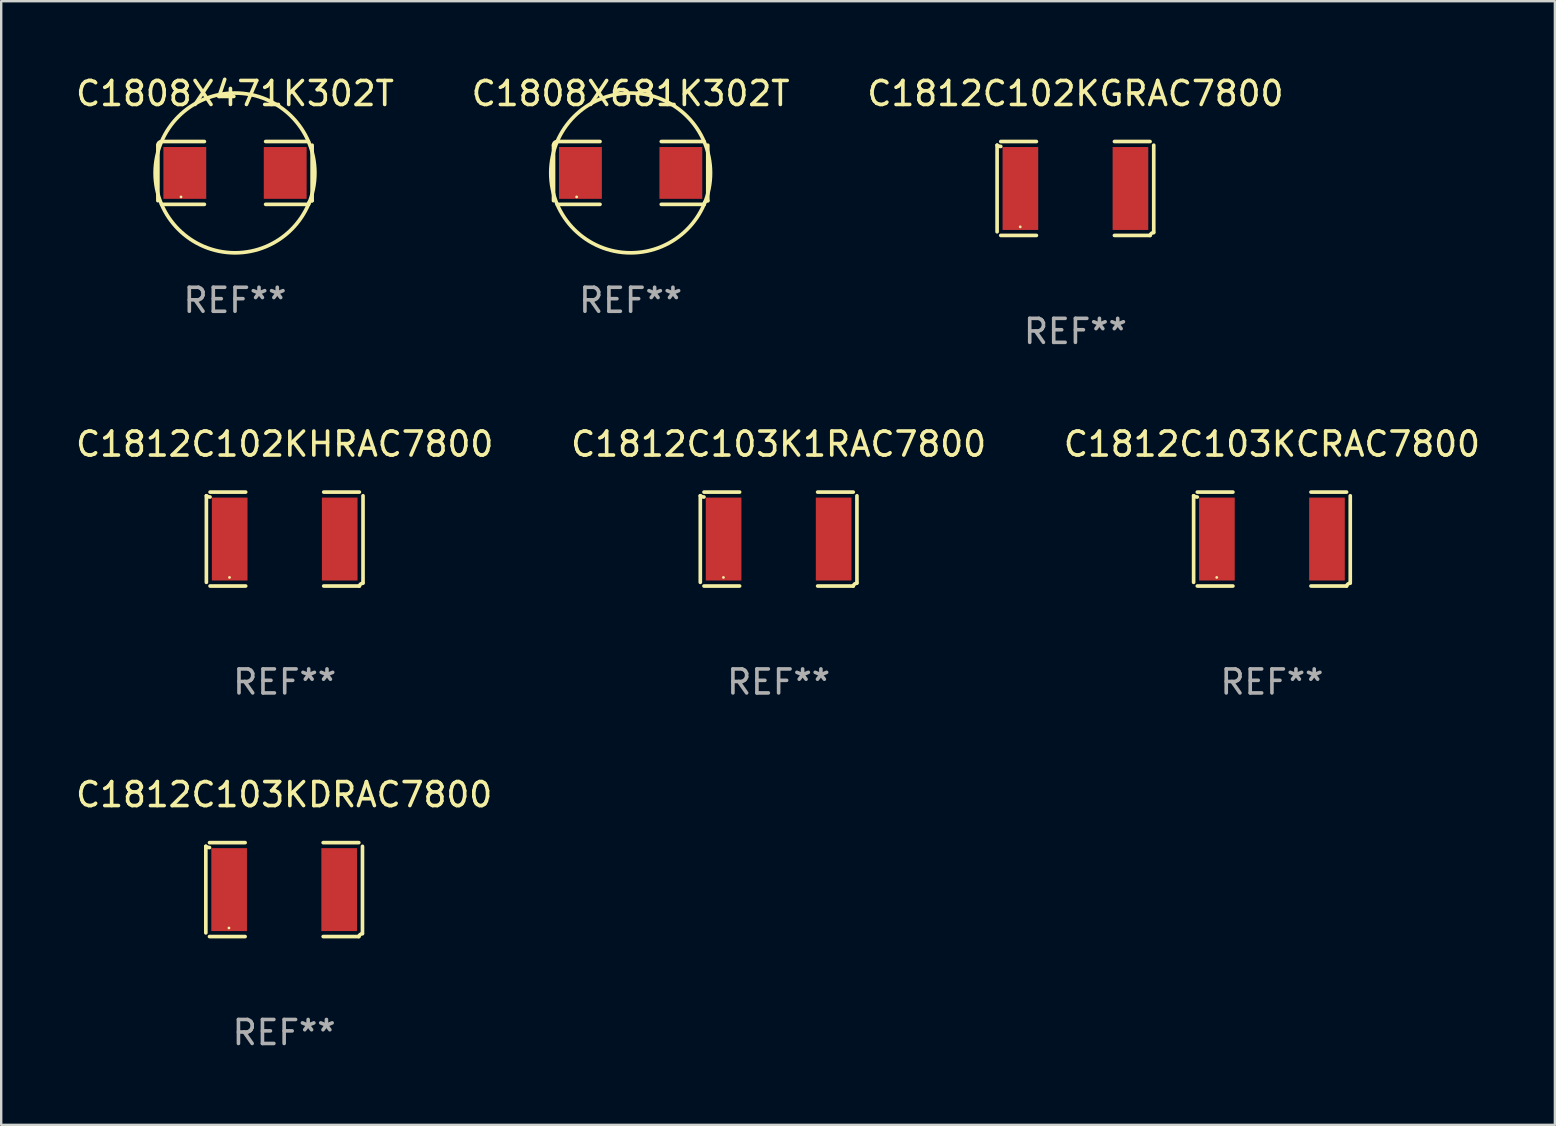
<source format=kicad_pcb>
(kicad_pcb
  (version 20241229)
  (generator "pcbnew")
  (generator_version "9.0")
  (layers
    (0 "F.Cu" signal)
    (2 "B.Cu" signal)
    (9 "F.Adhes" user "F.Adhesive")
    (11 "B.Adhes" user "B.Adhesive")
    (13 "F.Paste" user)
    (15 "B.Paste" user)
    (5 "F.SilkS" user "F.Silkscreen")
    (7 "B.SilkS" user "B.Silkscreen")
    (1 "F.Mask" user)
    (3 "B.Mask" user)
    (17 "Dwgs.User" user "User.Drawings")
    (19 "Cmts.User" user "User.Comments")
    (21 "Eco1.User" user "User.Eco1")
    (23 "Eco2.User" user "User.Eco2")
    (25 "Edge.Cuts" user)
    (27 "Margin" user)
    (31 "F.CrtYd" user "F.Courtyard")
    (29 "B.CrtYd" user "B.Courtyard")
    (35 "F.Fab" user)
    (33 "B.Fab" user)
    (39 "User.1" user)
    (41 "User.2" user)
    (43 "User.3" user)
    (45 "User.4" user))
  (footprint "C1812C103KCRAC7800"
    (layer "F.Cu")
    (at 49.958 19.415)
    (property "Reference" "C1812C103KCRAC7800" (at 0 -3.957 0) (layer "F.SilkS") (effects (font (size 1 1) (thickness 0.15))))
    (attr through_hole)
    (fp_line (start -3.264 1.804) (end -3.264 -1.804) (stroke (width 0.152) (type solid)) (layer "F.SilkS"))
    (fp_line (start -3.111 -1.957) (end -1.626 -1.957) (stroke (width 0.152) (type solid)) (layer "F.SilkS"))
    (fp_line (start -1.626 1.957) (end -3.111 1.957) (stroke (width 0.152) (type solid)) (layer "F.SilkS"))
    (fp_line (start 1.626 1.957) (end 3.111 1.957) (stroke (width 0.152) (type solid)) (layer "F.SilkS"))
    (fp_line (start 3.111 -1.957) (end 1.626 -1.957) (stroke (width 0.152) (type solid)) (layer "F.SilkS"))
    (fp_line (start 3.264 1.804) (end 3.264 -1.804) (stroke (width 0.152) (type solid)) (layer "F.SilkS"))
    (fp_arc (start -3.111202 -1.752192) (mid -3.191715 -1.76555) (end -3.263602 -1.804191) (stroke (width 0.1524) (type solid)) (layer "F.SilkS"))
    (fp_arc (start 3.111201 1.956591) (mid 3.167789 1.872777) (end 3.263602 1.840424) (stroke (width 0.1524) (type solid)) (layer "F.SilkS"))
    (fp_circle (center -2.3 1.6) (end -2.27 1.6) (stroke (width 0.06) (type solid)) (fill no) (layer "F.SilkS"))
    (fp_text user "REF**" (at 0 5.957 0) (layer "F.Fab") (effects (font (size 1 1) (thickness 0.15))))
    (pad "1" smd rect (at -2.293 0) (size 1.485 3.456) (layers "F.Cu" "F.Mask" "F.Paste"))
    (pad "2" smd rect (at 2.293 0) (size 1.485 3.456) (layers "F.Cu" "F.Mask" "F.Paste")))
  (footprint "C1812C103K1RAC7800"
    (layer "F.Cu")
    (at 29.399 19.415)
    (property "Reference" "C1812C103K1RAC7800" (at 0 -3.957 0) (layer "F.SilkS") (effects (font (size 1 1) (thickness 0.15))))
    (attr through_hole)
    (fp_line (start -3.264 1.804) (end -3.264 -1.804) (stroke (width 0.152) (type solid)) (layer "F.SilkS"))
    (fp_line (start -3.111 -1.957) (end -1.626 -1.957) (stroke (width 0.152) (type solid)) (layer "F.SilkS"))
    (fp_line (start -1.626 1.957) (end -3.111 1.957) (stroke (width 0.152) (type solid)) (layer "F.SilkS"))
    (fp_line (start 1.626 1.957) (end 3.111 1.957) (stroke (width 0.152) (type solid)) (layer "F.SilkS"))
    (fp_line (start 3.111 -1.957) (end 1.626 -1.957) (stroke (width 0.152) (type solid)) (layer "F.SilkS"))
    (fp_line (start 3.264 1.804) (end 3.264 -1.804) (stroke (width 0.152) (type solid)) (layer "F.SilkS"))
    (fp_arc (start -3.111202 -1.752192) (mid -3.191715 -1.76555) (end -3.263602 -1.804191) (stroke (width 0.1524) (type solid)) (layer "F.SilkS"))
    (fp_arc (start 3.111201 1.956591) (mid 3.167789 1.872777) (end 3.263602 1.840424) (stroke (width 0.1524) (type solid)) (layer "F.SilkS"))
    (fp_circle (center -2.3 1.6) (end -2.27 1.6) (stroke (width 0.06) (type solid)) (fill no) (layer "F.SilkS"))
    (fp_text user "REF**" (at 0 5.957 0) (layer "F.Fab") (effects (font (size 1 1) (thickness 0.15))))
    (pad "1" smd rect (at -2.293 0) (size 1.485 3.456) (layers "F.Cu" "F.Mask" "F.Paste"))
    (pad "2" smd rect (at 2.293 0) (size 1.485 3.456) (layers "F.Cu" "F.Mask" "F.Paste")))
  (footprint "C1808X681K302T"
    (layer "F.Cu")
    (at 23.232 4.157)
    (property "Reference" "C1808X681K302T" (at 0 -3.309 0) (layer "F.SilkS") (effects (font (size 1 1) (thickness 0.15))))
    (attr through_hole)
    (fp_line (start -3.214 -1.156) (end -3.214 1.156) (stroke (width 0.152) (type solid)) (layer "F.SilkS"))
    (fp_line (start -3.061 1.309) (end -1.276 1.309) (stroke (width 0.152) (type solid)) (layer "F.SilkS"))
    (fp_line (start -1.276 -1.309) (end -3.061 -1.309) (stroke (width 0.152) (type solid)) (layer "F.SilkS"))
    (fp_line (start 1.276 -1.309) (end 3.061 -1.309) (stroke (width 0.152) (type solid)) (layer "F.SilkS"))
    (fp_line (start 3.061 1.309) (end 1.276 1.309) (stroke (width 0.152) (type solid)) (layer "F.SilkS"))
    (fp_line (start 3.214 -1.156) (end 3.214 1.156) (stroke (width 0.152) (type solid)) (layer "F.SilkS"))
    (fp_arc (start -3.21359 -1.15621) (mid -3.168953 -1.263974) (end -3.061189 -1.308611) (stroke (width 0.1524) (type solid)) (layer "F.SilkS"))
    (fp_arc (start 3.061188 1.308611) (mid 3.105825 1.200847) (end 3.213589 1.15621) (stroke (width 0.1524) (type solid)) (layer "F.SilkS"))
    (fp_arc (start 3.061189 -1.308611) (mid -3.061167 1.308589) (end 3.061189 -1.308611) (stroke (width 0.1524) (type solid)) (layer "F.SilkS"))
    (fp_circle (center -2.25 1) (end -2.22 1) (stroke (width 0.06) (type solid)) (fill no) (layer "F.SilkS"))
    (fp_text user "REF**" (at 0 5.309 0) (layer "F.Fab") (effects (font (size 1 1) (thickness 0.15))))
    (pad "1" smd rect (at -2.092 0) (size 1.785 2.16) (layers "F.Cu" "F.Mask" "F.Paste"))
    (pad "2" smd rect (at 2.092 0) (size 1.785 2.16) (layers "F.Cu" "F.Mask" "F.Paste")))
  (footprint "C1812C102KGRAC7800"
    (layer "F.Cu")
    (at 41.768 4.805)
    (property "Reference" "C1812C102KGRAC7800" (at 0 -3.957 0) (layer "F.SilkS") (effects (font (size 1 1) (thickness 0.15))))
    (attr through_hole)
    (fp_line (start -3.264 1.804) (end -3.264 -1.804) (stroke (width 0.152) (type solid)) (layer "F.SilkS"))
    (fp_line (start -3.111 -1.957) (end -1.626 -1.957) (stroke (width 0.152) (type solid)) (layer "F.SilkS"))
    (fp_line (start -1.626 1.957) (end -3.111 1.957) (stroke (width 0.152) (type solid)) (layer "F.SilkS"))
    (fp_line (start 1.626 1.957) (end 3.111 1.957) (stroke (width 0.152) (type solid)) (layer "F.SilkS"))
    (fp_line (start 3.111 -1.957) (end 1.626 -1.957) (stroke (width 0.152) (type solid)) (layer "F.SilkS"))
    (fp_line (start 3.264 1.804) (end 3.264 -1.804) (stroke (width 0.152) (type solid)) (layer "F.SilkS"))
    (fp_arc (start -3.111202 -1.752192) (mid -3.191715 -1.76555) (end -3.263602 -1.804191) (stroke (width 0.1524) (type solid)) (layer "F.SilkS"))
    (fp_arc (start 3.111201 1.956591) (mid 3.167789 1.872777) (end 3.263602 1.840424) (stroke (width 0.1524) (type solid)) (layer "F.SilkS"))
    (fp_circle (center -2.3 1.6) (end -2.27 1.6) (stroke (width 0.06) (type solid)) (fill no) (layer "F.SilkS"))
    (fp_text user "REF**" (at 0 5.957 0) (layer "F.Fab") (effects (font (size 1 1) (thickness 0.15))))
    (pad "1" smd rect (at -2.293 0) (size 1.485 3.456) (layers "F.Cu" "F.Mask" "F.Paste"))
    (pad "2" smd rect (at 2.293 0) (size 1.485 3.456) (layers "F.Cu" "F.Mask" "F.Paste")))
  (footprint "C1812C102KHRAC7800"
    (layer "F.Cu")
    (at 8.815 19.415)
    (property "Reference" "C1812C102KHRAC7800" (at 0 -3.957 0) (layer "F.SilkS") (effects (font (size 1 1) (thickness 0.15))))
    (attr through_hole)
    (fp_line (start -3.264 1.804) (end -3.264 -1.804) (stroke (width 0.152) (type solid)) (layer "F.SilkS"))
    (fp_line (start -3.111 -1.957) (end -1.626 -1.957) (stroke (width 0.152) (type solid)) (layer "F.SilkS"))
    (fp_line (start -1.626 1.957) (end -3.111 1.957) (stroke (width 0.152) (type solid)) (layer "F.SilkS"))
    (fp_line (start 1.626 1.957) (end 3.111 1.957) (stroke (width 0.152) (type solid)) (layer "F.SilkS"))
    (fp_line (start 3.111 -1.957) (end 1.626 -1.957) (stroke (width 0.152) (type solid)) (layer "F.SilkS"))
    (fp_line (start 3.264 1.804) (end 3.264 -1.804) (stroke (width 0.152) (type solid)) (layer "F.SilkS"))
    (fp_arc (start -3.111202 -1.752192) (mid -3.191715 -1.76555) (end -3.263602 -1.804191) (stroke (width 0.1524) (type solid)) (layer "F.SilkS"))
    (fp_arc (start 3.111201 1.956591) (mid 3.167789 1.872777) (end 3.263602 1.840424) (stroke (width 0.1524) (type solid)) (layer "F.SilkS"))
    (fp_circle (center -2.3 1.6) (end -2.27 1.6) (stroke (width 0.06) (type solid)) (fill no) (layer "F.SilkS"))
    (fp_text user "REF**" (at 0 5.957 0) (layer "F.Fab") (effects (font (size 1 1) (thickness 0.15))))
    (pad "1" smd rect (at -2.293 0) (size 1.485 3.456) (layers "F.Cu" "F.Mask" "F.Paste"))
    (pad "2" smd rect (at 2.293 0) (size 1.485 3.456) (layers "F.Cu" "F.Mask" "F.Paste")))
  (footprint "C1808X471K302T"
    (layer "F.Cu")
    (at 6.744 4.157)
    (property "Reference" "C1808X471K302T" (at 0 -3.309 0) (layer "F.SilkS") (effects (font (size 1 1) (thickness 0.15))))
    (attr through_hole)
    (fp_line (start -3.214 -1.156) (end -3.214 1.156) (stroke (width 0.152) (type solid)) (layer "F.SilkS"))
    (fp_line (start -3.061 1.309) (end -1.276 1.309) (stroke (width 0.152) (type solid)) (layer "F.SilkS"))
    (fp_line (start -1.276 -1.309) (end -3.061 -1.309) (stroke (width 0.152) (type solid)) (layer "F.SilkS"))
    (fp_line (start 1.276 -1.309) (end 3.061 -1.309) (stroke (width 0.152) (type solid)) (layer "F.SilkS"))
    (fp_line (start 3.061 1.309) (end 1.276 1.309) (stroke (width 0.152) (type solid)) (layer "F.SilkS"))
    (fp_line (start 3.214 -1.156) (end 3.214 1.156) (stroke (width 0.152) (type solid)) (layer "F.SilkS"))
    (fp_arc (start -3.21359 -1.15621) (mid -3.168953 -1.263974) (end -3.061189 -1.308611) (stroke (width 0.1524) (type solid)) (layer "F.SilkS"))
    (fp_arc (start 3.061188 1.308611) (mid 3.105825 1.200847) (end 3.213589 1.15621) (stroke (width 0.1524) (type solid)) (layer "F.SilkS"))
    (fp_arc (start 3.061189 -1.308611) (mid -3.061167 1.308589) (end 3.061189 -1.308611) (stroke (width 0.1524) (type solid)) (layer "F.SilkS"))
    (fp_circle (center -2.25 1) (end -2.22 1) (stroke (width 0.06) (type solid)) (fill no) (layer "F.SilkS"))
    (fp_text user "REF**" (at 0 5.309 0) (layer "F.Fab") (effects (font (size 1 1) (thickness 0.15))))
    (pad "1" smd rect (at -2.092 0) (size 1.785 2.16) (layers "F.Cu" "F.Mask" "F.Paste"))
    (pad "2" smd rect (at 2.092 0) (size 1.785 2.16) (layers "F.Cu" "F.Mask" "F.Paste")))
  (footprint "C1812C103KDRAC7800"
    (layer "F.Cu")
    (at 8.792 34.024)
    (property "Reference" "C1812C103KDRAC7800" (at 0 -3.957 0) (layer "F.SilkS") (effects (font (size 1 1) (thickness 0.15))))
    (attr through_hole)
    (fp_line (start -3.264 1.804) (end -3.264 -1.804) (stroke (width 0.152) (type solid)) (layer "F.SilkS"))
    (fp_line (start -3.111 -1.957) (end -1.626 -1.957) (stroke (width 0.152) (type solid)) (layer "F.SilkS"))
    (fp_line (start -1.626 1.957) (end -3.111 1.957) (stroke (width 0.152) (type solid)) (layer "F.SilkS"))
    (fp_line (start 1.626 1.957) (end 3.111 1.957) (stroke (width 0.152) (type solid)) (layer "F.SilkS"))
    (fp_line (start 3.111 -1.957) (end 1.626 -1.957) (stroke (width 0.152) (type solid)) (layer "F.SilkS"))
    (fp_line (start 3.264 1.804) (end 3.264 -1.804) (stroke (width 0.152) (type solid)) (layer "F.SilkS"))
    (fp_arc (start -3.111202 -1.752192) (mid -3.191715 -1.76555) (end -3.263602 -1.804191) (stroke (width 0.1524) (type solid)) (layer "F.SilkS"))
    (fp_arc (start 3.111201 1.956591) (mid 3.167789 1.872777) (end 3.263602 1.840424) (stroke (width 0.1524) (type solid)) (layer "F.SilkS"))
    (fp_circle (center -2.3 1.6) (end -2.27 1.6) (stroke (width 0.06) (type solid)) (fill no) (layer "F.SilkS"))
    (fp_text user "REF**" (at 0 5.957 0) (layer "F.Fab") (effects (font (size 1 1) (thickness 0.15))))
    (pad "1" smd rect (at -2.293 0) (size 1.485 3.456) (layers "F.Cu" "F.Mask" "F.Paste"))
    (pad "2" smd rect (at 2.293 0) (size 1.485 3.456) (layers "F.Cu" "F.Mask" "F.Paste")))
  (gr_rect
    (start -3 -3)
    (end 61.75 43.829)
    (stroke (width 0.1) (type default))
    (fill no)
    (layer "Edge.Cuts")))
</source>
